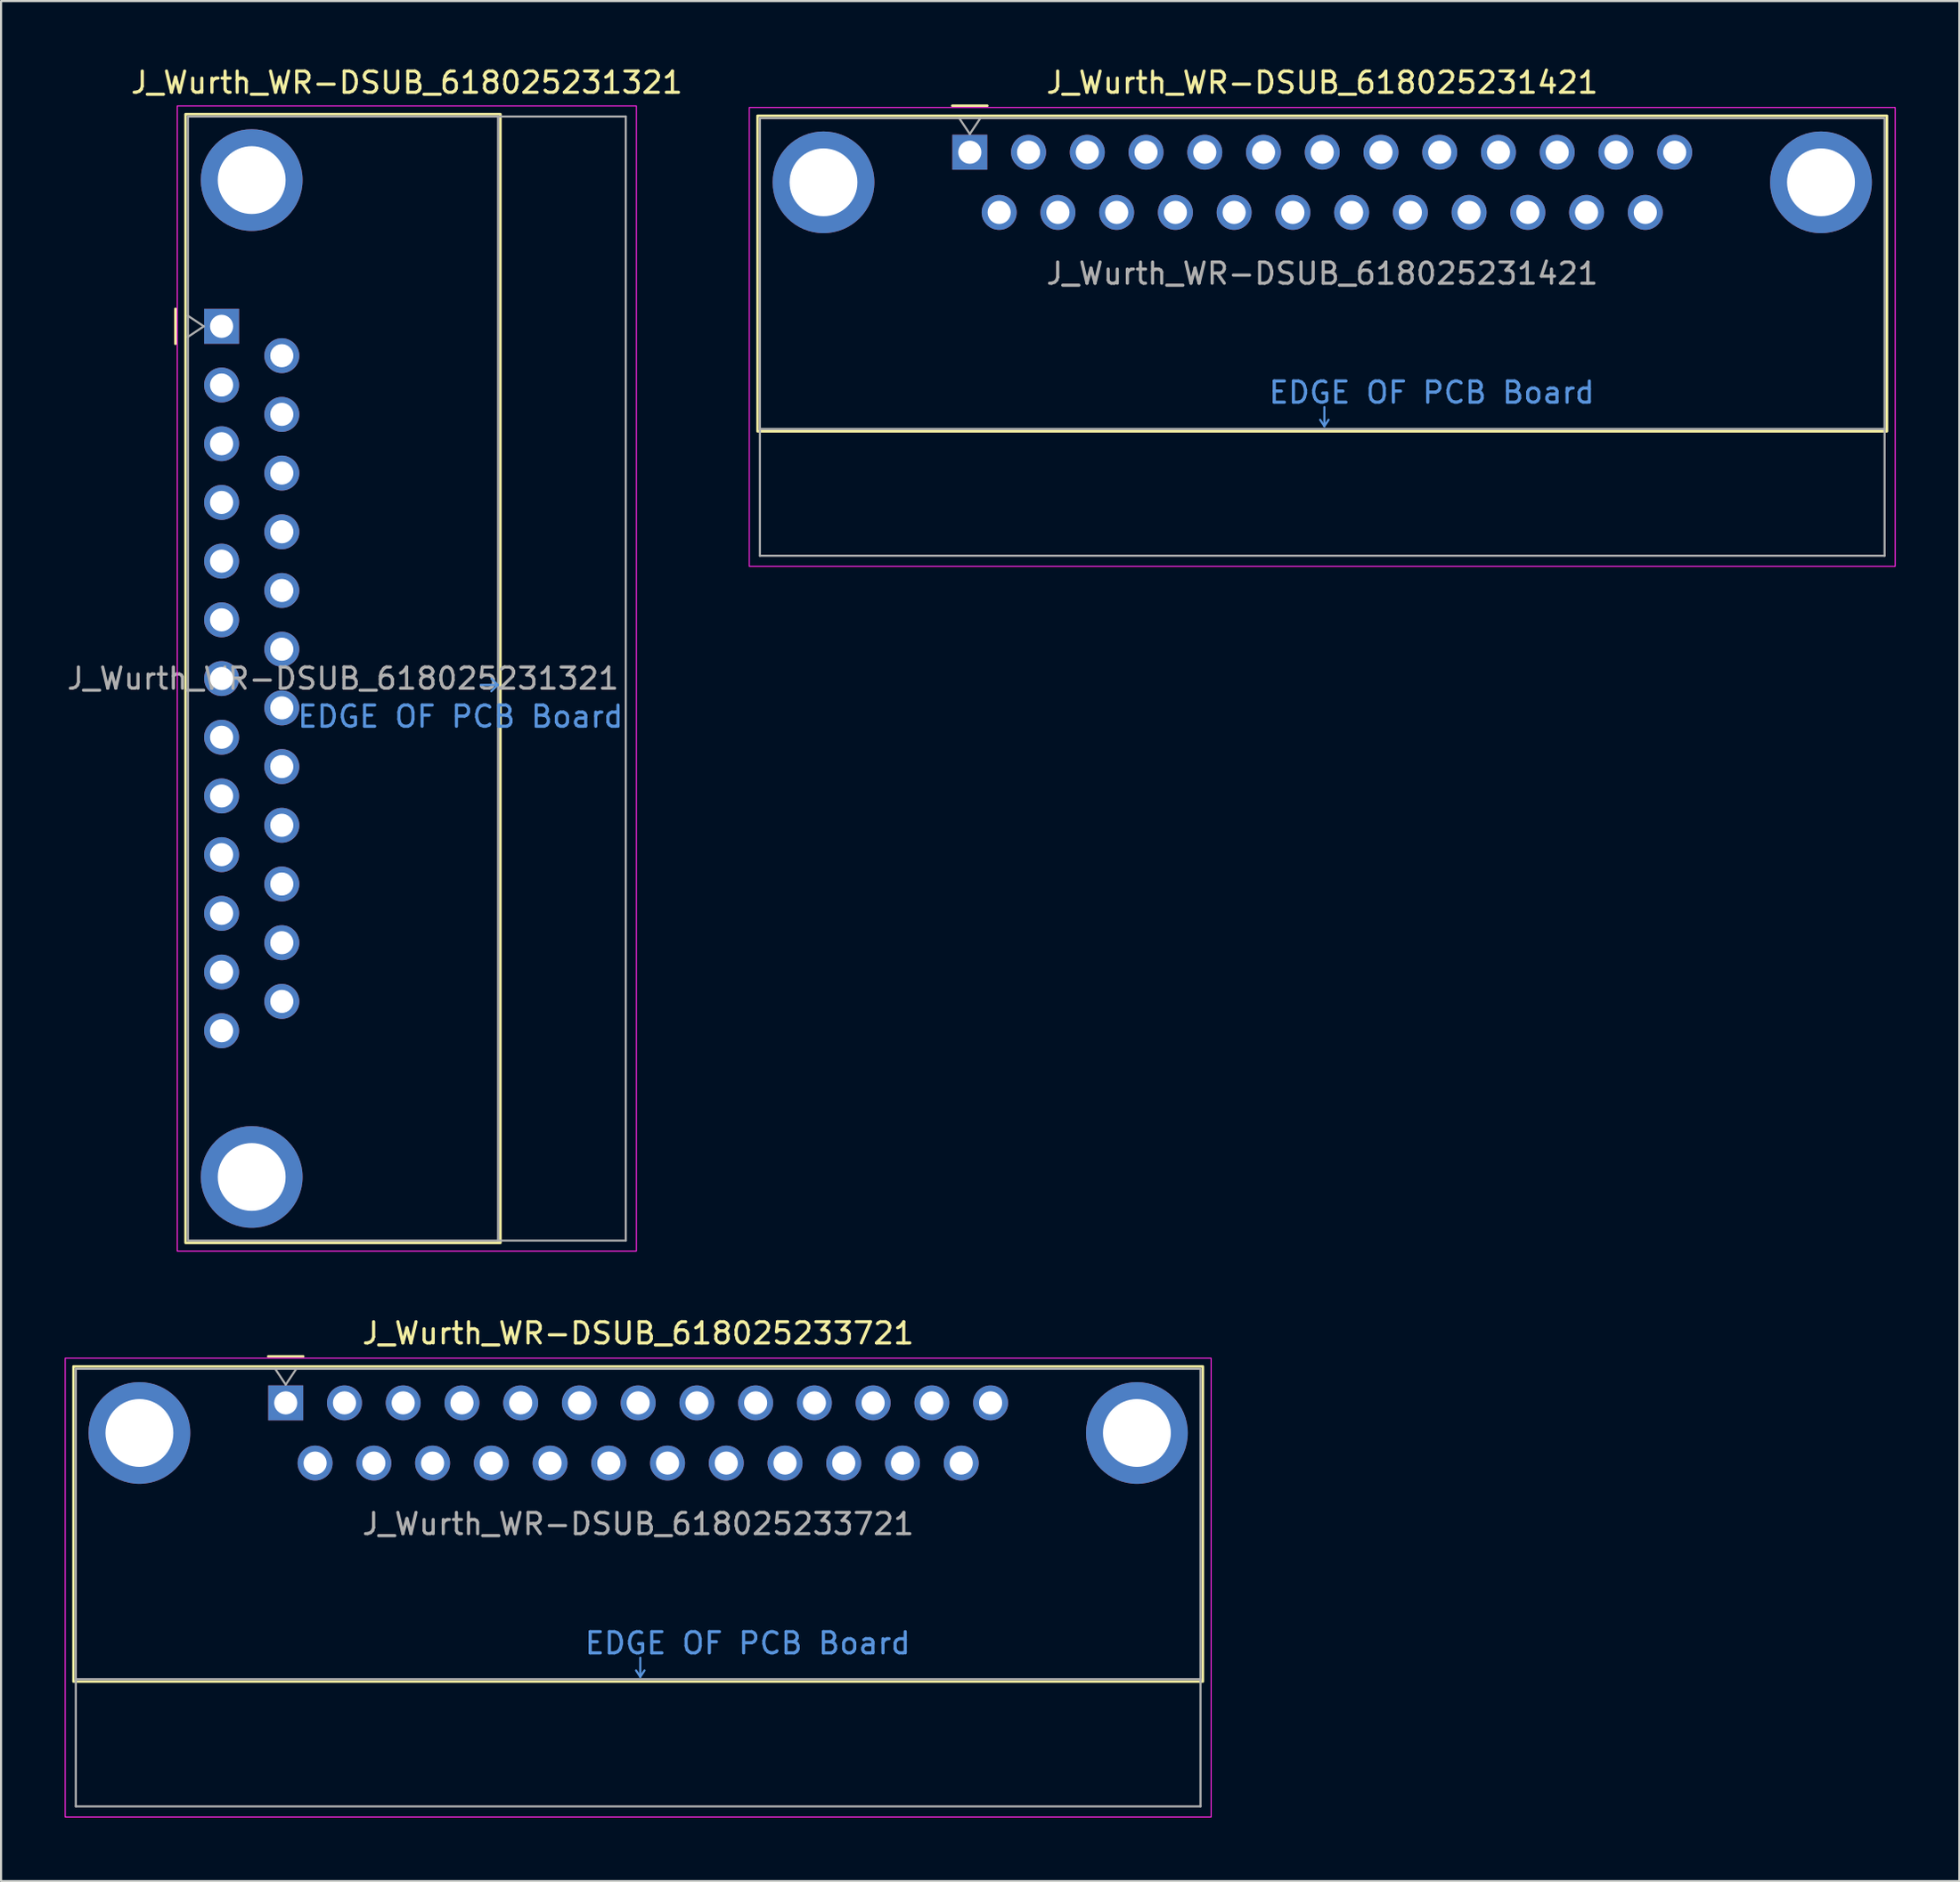
<source format=kicad_pcb>
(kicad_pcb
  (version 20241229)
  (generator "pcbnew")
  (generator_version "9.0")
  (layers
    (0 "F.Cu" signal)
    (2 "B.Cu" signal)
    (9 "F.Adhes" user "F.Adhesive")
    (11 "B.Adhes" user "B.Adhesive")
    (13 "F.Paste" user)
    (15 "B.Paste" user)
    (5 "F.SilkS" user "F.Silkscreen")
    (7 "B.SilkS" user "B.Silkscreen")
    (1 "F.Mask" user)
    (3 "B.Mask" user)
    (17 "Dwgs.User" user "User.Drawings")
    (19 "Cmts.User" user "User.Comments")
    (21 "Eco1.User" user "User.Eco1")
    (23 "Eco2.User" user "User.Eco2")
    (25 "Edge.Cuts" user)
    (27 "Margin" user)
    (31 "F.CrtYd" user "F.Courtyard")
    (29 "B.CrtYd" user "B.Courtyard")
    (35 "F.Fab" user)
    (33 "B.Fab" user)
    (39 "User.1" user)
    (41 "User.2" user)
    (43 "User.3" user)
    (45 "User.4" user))
  (footprint "J_Wurth_WR-DSUB_618025233721"
    (layer "F.Cu")
    (at 10.425 63.147)
    (property "Reference" "J_Wurth_WR-DSUB_618025233721" (at 16.62 -3.285 0) (unlocked yes) (layer "F.SilkS") (effects (font (size 1 1) (thickness 0.15))))
    (attr through_hole)
    (fp_line (start 0.825 -2.195) (end -0.825 -2.195) (stroke (width 0.12) (type solid)) (layer "F.SilkS"))
    (fp_rect (start -10.01 -1.72) (end 43.25 13.15) (stroke (width 0.12) (type solid)) (fill no) (layer "F.SilkS"))
    (fp_line (start 16.72 12.025) (end 16.72 12.925) (stroke (width 0.1) (type solid)) (layer "Cmts.User"))
    (fp_line (start 16.72 12.925) (end 16.52 12.625) (stroke (width 0.1) (type solid)) (layer "Cmts.User"))
    (fp_line (start 16.72 12.925) (end 16.92 12.625) (stroke (width 0.1) (type solid)) (layer "Cmts.User"))
    (fp_rect (start -10.4 -2.11) (end 43.64 19.54) (stroke (width 0.05) (type solid)) (fill no) (layer "F.CrtYd"))
    (fp_line (start -9.9 19.04) (end -9.9 13.04) (stroke (width 0.1) (type solid)) (layer "F.Fab"))
    (fp_line (start 0 -0.86) (end -0.5 -1.61) (stroke (width 0.1) (type solid)) (layer "F.Fab"))
    (fp_line (start 0 -0.86) (end 0.5 -1.61) (stroke (width 0.1) (type solid)) (layer "F.Fab"))
    (fp_line (start 43.14 13.04) (end 43.14 19.04) (stroke (width 0.1) (type solid)) (layer "F.Fab"))
    (fp_line (start 43.14 19.04) (end -9.9 19.04) (stroke (width 0.1) (type solid)) (layer "F.Fab"))
    (fp_rect (start -9.9 -1.61) (end 43.14 13.04) (stroke (width 0.1) (type solid)) (fill no) (layer "F.Fab"))
    (fp_text user "EDGE OF PCB Board" (at 14.02 11.925 0) (unlocked yes) (layer "Cmts.User") (effects (font (size 1 1) (thickness 0.15)) (justify left bottom)))
    (fp_text user "${REFERENCE}" (at 16.62 5.715 0) (unlocked yes) (layer "F.Fab") (effects (font (size 1 1) (thickness 0.15))))
    (pad "1" thru_hole rect (at 0 0) (size 1.65 1.65) (drill 1.09) (layers "*.Cu" "*.Mask"))
    (pad "2" thru_hole circle (at 2.77 0) (size 1.65 1.65) (drill 1.09) (layers "*.Cu" "*.Mask"))
    (pad "3" thru_hole circle (at 5.54 0) (size 1.65 1.65) (drill 1.09) (layers "*.Cu" "*.Mask"))
    (pad "4" thru_hole circle (at 8.31 0) (size 1.65 1.65) (drill 1.09) (layers "*.Cu" "*.Mask"))
    (pad "5" thru_hole circle (at 11.08 0) (size 1.65 1.65) (drill 1.09) (layers "*.Cu" "*.Mask"))
    (pad "6" thru_hole circle (at 13.85 0) (size 1.65 1.65) (drill 1.09) (layers "*.Cu" "*.Mask"))
    (pad "7" thru_hole circle (at 16.62 0) (size 1.65 1.65) (drill 1.09) (layers "*.Cu" "*.Mask"))
    (pad "8" thru_hole circle (at 19.39 0) (size 1.65 1.65) (drill 1.09) (layers "*.Cu" "*.Mask"))
    (pad "9" thru_hole circle (at 22.16 0) (size 1.65 1.65) (drill 1.09) (layers "*.Cu" "*.Mask"))
    (pad "10" thru_hole circle (at 24.93 0) (size 1.65 1.65) (drill 1.09) (layers "*.Cu" "*.Mask"))
    (pad "11" thru_hole circle (at 27.7 0) (size 1.65 1.65) (drill 1.09) (layers "*.Cu" "*.Mask"))
    (pad "12" thru_hole circle (at 30.47 0) (size 1.65 1.65) (drill 1.09) (layers "*.Cu" "*.Mask"))
    (pad "13" thru_hole circle (at 33.24 0) (size 1.65 1.65) (drill 1.09) (layers "*.Cu" "*.Mask"))
    (pad "14" thru_hole circle (at 1.385 2.84) (size 1.65 1.65) (drill 1.09) (layers "*.Cu" "*.Mask"))
    (pad "15" thru_hole circle (at 4.155 2.84) (size 1.65 1.65) (drill 1.09) (layers "*.Cu" "*.Mask"))
    (pad "16" thru_hole circle (at 6.925 2.84) (size 1.65 1.65) (drill 1.09) (layers "*.Cu" "*.Mask"))
    (pad "17" thru_hole circle (at 9.695 2.84) (size 1.65 1.65) (drill 1.09) (layers "*.Cu" "*.Mask"))
    (pad "18" thru_hole circle (at 12.465 2.84) (size 1.65 1.65) (drill 1.09) (layers "*.Cu" "*.Mask"))
    (pad "19" thru_hole circle (at 15.235 2.84) (size 1.65 1.65) (drill 1.09) (layers "*.Cu" "*.Mask"))
    (pad "20" thru_hole circle (at 18.005 2.84) (size 1.65 1.65) (drill 1.09) (layers "*.Cu" "*.Mask"))
    (pad "21" thru_hole circle (at 20.775 2.84) (size 1.65 1.65) (drill 1.09) (layers "*.Cu" "*.Mask"))
    (pad "22" thru_hole circle (at 23.545 2.84) (size 1.65 1.65) (drill 1.09) (layers "*.Cu" "*.Mask"))
    (pad "23" thru_hole circle (at 26.315 2.84) (size 1.65 1.65) (drill 1.09) (layers "*.Cu" "*.Mask"))
    (pad "24" thru_hole circle (at 29.085 2.84) (size 1.65 1.65) (drill 1.09) (layers "*.Cu" "*.Mask"))
    (pad "25" thru_hole circle (at 31.855 2.84) (size 1.65 1.65) (drill 1.09) (layers "*.Cu" "*.Mask"))
    (pad "S1" thru_hole circle (at -6.9 1.42) (size 4.8 4.8) (drill 3.2) (layers "*.Cu" "*.Mask"))
    (pad "S2" thru_hole circle (at 40.14 1.42) (size 4.8 4.8) (drill 3.2) (layers "*.Cu" "*.Mask")))
  (footprint "J_Wurth_WR-DSUB_618025231321"
    (layer "F.Cu")
    (at 7.4 12.348)
    (property "Reference" "J_Wurth_WR-DSUB_618025231321" (at 8.735 -11.5 0) (unlocked yes) (layer "F.SilkS") (effects (font (size 1 1) (thickness 0.15))))
    (attr through_hole)
    (fp_line (start -2.175 -0.825) (end -2.175 0.825) (stroke (width 0.12) (type solid)) (layer "F.SilkS"))
    (fp_rect (start -1.7 -10.01) (end 13.15 43.25) (stroke (width 0.12) (type solid)) (fill no) (layer "F.SilkS"))
    (fp_line (start 12.22 16.92) (end 13.02 16.92) (stroke (width 0.1) (type solid)) (layer "Cmts.User"))
    (fp_line (start 13.02 16.92) (end 12.72 16.62) (stroke (width 0.1) (type solid)) (layer "Cmts.User"))
    (fp_line (start 13.02 16.92) (end 12.72 17.22) (stroke (width 0.1) (type solid)) (layer "Cmts.User"))
    (fp_rect (start -2.09 -10.4) (end 19.56 43.64) (stroke (width 0.05) (type solid)) (fill no) (layer "F.CrtYd"))
    (fp_line (start -0.84 0) (end -1.59 -0.5) (stroke (width 0.1) (type solid)) (layer "F.Fab"))
    (fp_line (start -0.84 0) (end -1.59 0.5) (stroke (width 0.1) (type solid)) (layer "F.Fab"))
    (fp_line (start 13.04 -9.9) (end 19.06 -9.9) (stroke (width 0.1) (type solid)) (layer "F.Fab"))
    (fp_line (start 19.06 -9.9) (end 19.06 43.14) (stroke (width 0.1) (type solid)) (layer "F.Fab"))
    (fp_line (start 19.06 43.14) (end 13.04 43.14) (stroke (width 0.1) (type solid)) (layer "F.Fab"))
    (fp_rect (start -1.59 -9.9) (end 13.04 43.14) (stroke (width 0.1) (type solid)) (fill no) (layer "F.Fab"))
    (fp_text user "EDGE OF PCB Board" (at 3.5 19 0) (unlocked yes) (layer "Cmts.User") (effects (font (size 1 1) (thickness 0.15)) (justify left bottom)))
    (fp_text user "${REFERENCE}" (at 5.725 16.62 0) (unlocked yes) (layer "F.Fab") (effects (font (size 1 1) (thickness 0.15))))
    (pad "1" thru_hole rect (at 0 0 90) (size 1.65 1.65) (drill 1.09) (layers "*.Cu" "*.Mask"))
    (pad "2" thru_hole circle (at 0 2.77 90) (size 1.65 1.65) (drill 1.09) (layers "*.Cu" "*.Mask"))
    (pad "3" thru_hole circle (at 0 5.54 90) (size 1.65 1.65) (drill 1.09) (layers "*.Cu" "*.Mask"))
    (pad "4" thru_hole circle (at 0 8.31 90) (size 1.65 1.65) (drill 1.09) (layers "*.Cu" "*.Mask"))
    (pad "5" thru_hole circle (at 0 11.08 90) (size 1.65 1.65) (drill 1.09) (layers "*.Cu" "*.Mask"))
    (pad "6" thru_hole circle (at 0 13.85 90) (size 1.65 1.65) (drill 1.09) (layers "*.Cu" "*.Mask"))
    (pad "7" thru_hole circle (at 0 16.62 90) (size 1.65 1.65) (drill 1.09) (layers "*.Cu" "*.Mask"))
    (pad "8" thru_hole circle (at 0 19.39 90) (size 1.65 1.65) (drill 1.09) (layers "*.Cu" "*.Mask"))
    (pad "9" thru_hole circle (at 0 22.16 90) (size 1.65 1.65) (drill 1.09) (layers "*.Cu" "*.Mask"))
    (pad "10" thru_hole circle (at 0 24.93 90) (size 1.65 1.65) (drill 1.09) (layers "*.Cu" "*.Mask"))
    (pad "11" thru_hole circle (at 0 27.7 90) (size 1.65 1.65) (drill 1.09) (layers "*.Cu" "*.Mask"))
    (pad "12" thru_hole circle (at 0 30.47 90) (size 1.65 1.65) (drill 1.09) (layers "*.Cu" "*.Mask"))
    (pad "13" thru_hole circle (at 0 33.24 90) (size 1.65 1.65) (drill 1.09) (layers "*.Cu" "*.Mask"))
    (pad "14" thru_hole circle (at 2.84 1.385 90) (size 1.65 1.65) (drill 1.09) (layers "*.Cu" "*.Mask"))
    (pad "15" thru_hole circle (at 2.84 4.155 90) (size 1.65 1.65) (drill 1.09) (layers "*.Cu" "*.Mask"))
    (pad "16" thru_hole circle (at 2.84 6.925 90) (size 1.65 1.65) (drill 1.09) (layers "*.Cu" "*.Mask"))
    (pad "17" thru_hole circle (at 2.84 9.695 90) (size 1.65 1.65) (drill 1.09) (layers "*.Cu" "*.Mask"))
    (pad "18" thru_hole circle (at 2.84 12.465 90) (size 1.65 1.65) (drill 1.09) (layers "*.Cu" "*.Mask"))
    (pad "19" thru_hole circle (at 2.84 15.235 90) (size 1.65 1.65) (drill 1.09) (layers "*.Cu" "*.Mask"))
    (pad "20" thru_hole circle (at 2.84 18.005 90) (size 1.65 1.65) (drill 1.09) (layers "*.Cu" "*.Mask"))
    (pad "21" thru_hole circle (at 2.84 20.775 90) (size 1.65 1.65) (drill 1.09) (layers "*.Cu" "*.Mask"))
    (pad "22" thru_hole circle (at 2.84 23.545 90) (size 1.65 1.65) (drill 1.09) (layers "*.Cu" "*.Mask"))
    (pad "23" thru_hole circle (at 2.84 26.315 90) (size 1.65 1.65) (drill 1.09) (layers "*.Cu" "*.Mask"))
    (pad "24" thru_hole circle (at 2.84 29.085 90) (size 1.65 1.65) (drill 1.09) (layers "*.Cu" "*.Mask"))
    (pad "25" thru_hole circle (at 2.84 31.855 90) (size 1.65 1.65) (drill 1.09) (layers "*.Cu" "*.Mask"))
    (pad "S1" thru_hole circle (at 1.42 40.14 90) (size 4.8 4.8) (drill 3.2) (layers "*.Cu" "*.Mask"))
    (pad "S2" thru_hole circle (at 1.42 -6.9 90) (size 4.8 4.8) (drill 3.2) (layers "*.Cu" "*.Mask")))
  (footprint "J_Wurth_WR-DSUB_618025231421"
    (layer "F.Cu")
    (at 42.685 4.133)
    (property "Reference" "J_Wurth_WR-DSUB_618025231421" (at 16.62 -3.285 0) (unlocked yes) (layer "F.SilkS") (effects (font (size 1 1) (thickness 0.15))))
    (attr through_hole)
    (fp_line (start 0.825 -2.195) (end -0.825 -2.195) (stroke (width 0.12) (type solid)) (layer "F.SilkS"))
    (fp_rect (start -10.01 -1.72) (end 43.25 13.17) (stroke (width 0.12) (type solid)) (fill no) (layer "F.SilkS"))
    (fp_line (start 16.72 12.025) (end 16.72 12.925) (stroke (width 0.1) (type solid)) (layer "Cmts.User"))
    (fp_line (start 16.72 12.925) (end 16.52 12.625) (stroke (width 0.1) (type solid)) (layer "Cmts.User"))
    (fp_line (start 16.72 12.925) (end 16.92 12.625) (stroke (width 0.1) (type solid)) (layer "Cmts.User"))
    (fp_rect (start -10.4 -2.11) (end 43.64 19.54) (stroke (width 0.05) (type solid)) (fill no) (layer "F.CrtYd"))
    (fp_line (start -9.9 19.04) (end -9.9 13.06) (stroke (width 0.1) (type solid)) (layer "F.Fab"))
    (fp_line (start 0 -0.86) (end -0.5 -1.61) (stroke (width 0.1) (type solid)) (layer "F.Fab"))
    (fp_line (start 0 -0.86) (end 0.5 -1.61) (stroke (width 0.1) (type solid)) (layer "F.Fab"))
    (fp_line (start 43.14 13.06) (end 43.14 19.04) (stroke (width 0.1) (type solid)) (layer "F.Fab"))
    (fp_line (start 43.14 19.04) (end -9.9 19.04) (stroke (width 0.1) (type solid)) (layer "F.Fab"))
    (fp_rect (start -9.9 -1.61) (end 43.14 13.06) (stroke (width 0.1) (type solid)) (fill no) (layer "F.Fab"))
    (fp_text user "EDGE OF PCB Board" (at 14.02 11.925 0) (unlocked yes) (layer "Cmts.User") (effects (font (size 1 1) (thickness 0.15)) (justify left bottom)))
    (fp_text user "${REFERENCE}" (at 16.62 5.725 0) (unlocked yes) (layer "F.Fab") (effects (font (size 1 1) (thickness 0.15))))
    (pad "1" thru_hole rect (at 0 0) (size 1.65 1.65) (drill 1.09) (layers "*.Cu" "*.Mask"))
    (pad "2" thru_hole circle (at 2.77 0) (size 1.65 1.65) (drill 1.09) (layers "*.Cu" "*.Mask"))
    (pad "3" thru_hole circle (at 5.54 0) (size 1.65 1.65) (drill 1.09) (layers "*.Cu" "*.Mask"))
    (pad "4" thru_hole circle (at 8.31 0) (size 1.65 1.65) (drill 1.09) (layers "*.Cu" "*.Mask"))
    (pad "5" thru_hole circle (at 11.08 0) (size 1.65 1.65) (drill 1.09) (layers "*.Cu" "*.Mask"))
    (pad "6" thru_hole circle (at 13.85 0) (size 1.65 1.65) (drill 1.09) (layers "*.Cu" "*.Mask"))
    (pad "7" thru_hole circle (at 16.62 0) (size 1.65 1.65) (drill 1.09) (layers "*.Cu" "*.Mask"))
    (pad "8" thru_hole circle (at 19.39 0) (size 1.65 1.65) (drill 1.09) (layers "*.Cu" "*.Mask"))
    (pad "9" thru_hole circle (at 22.16 0) (size 1.65 1.65) (drill 1.09) (layers "*.Cu" "*.Mask"))
    (pad "10" thru_hole circle (at 24.93 0) (size 1.65 1.65) (drill 1.09) (layers "*.Cu" "*.Mask"))
    (pad "11" thru_hole circle (at 27.7 0) (size 1.65 1.65) (drill 1.09) (layers "*.Cu" "*.Mask"))
    (pad "12" thru_hole circle (at 30.47 0) (size 1.65 1.65) (drill 1.09) (layers "*.Cu" "*.Mask"))
    (pad "13" thru_hole circle (at 33.24 0) (size 1.65 1.65) (drill 1.09) (layers "*.Cu" "*.Mask"))
    (pad "14" thru_hole circle (at 1.385 2.84) (size 1.65 1.65) (drill 1.09) (layers "*.Cu" "*.Mask"))
    (pad "15" thru_hole circle (at 4.155 2.84) (size 1.65 1.65) (drill 1.09) (layers "*.Cu" "*.Mask"))
    (pad "16" thru_hole circle (at 6.925 2.84) (size 1.65 1.65) (drill 1.09) (layers "*.Cu" "*.Mask"))
    (pad "17" thru_hole circle (at 9.695 2.84) (size 1.65 1.65) (drill 1.09) (layers "*.Cu" "*.Mask"))
    (pad "18" thru_hole circle (at 12.465 2.84) (size 1.65 1.65) (drill 1.09) (layers "*.Cu" "*.Mask"))
    (pad "19" thru_hole circle (at 15.235 2.84) (size 1.65 1.65) (drill 1.09) (layers "*.Cu" "*.Mask"))
    (pad "20" thru_hole circle (at 18.005 2.84) (size 1.65 1.65) (drill 1.09) (layers "*.Cu" "*.Mask"))
    (pad "21" thru_hole circle (at 20.775 2.84) (size 1.65 1.65) (drill 1.09) (layers "*.Cu" "*.Mask"))
    (pad "22" thru_hole circle (at 23.545 2.84) (size 1.65 1.65) (drill 1.09) (layers "*.Cu" "*.Mask"))
    (pad "23" thru_hole circle (at 26.315 2.84) (size 1.65 1.65) (drill 1.09) (layers "*.Cu" "*.Mask"))
    (pad "24" thru_hole circle (at 29.085 2.84) (size 1.65 1.65) (drill 1.09) (layers "*.Cu" "*.Mask"))
    (pad "25" thru_hole circle (at 31.855 2.84) (size 1.65 1.65) (drill 1.09) (layers "*.Cu" "*.Mask"))
    (pad "S1" thru_hole circle (at -6.9 1.42) (size 4.8 4.8) (drill 3.2) (layers "*.Cu" "*.Mask"))
    (pad "S2" thru_hole circle (at 40.14 1.42) (size 4.8 4.8) (drill 3.2) (layers "*.Cu" "*.Mask")))
  (gr_rect
    (start -3 -3)
    (end 89.35 85.712)
    (stroke (width 0.1) (type default))
    (fill no)
    (layer "Edge.Cuts")))
</source>
